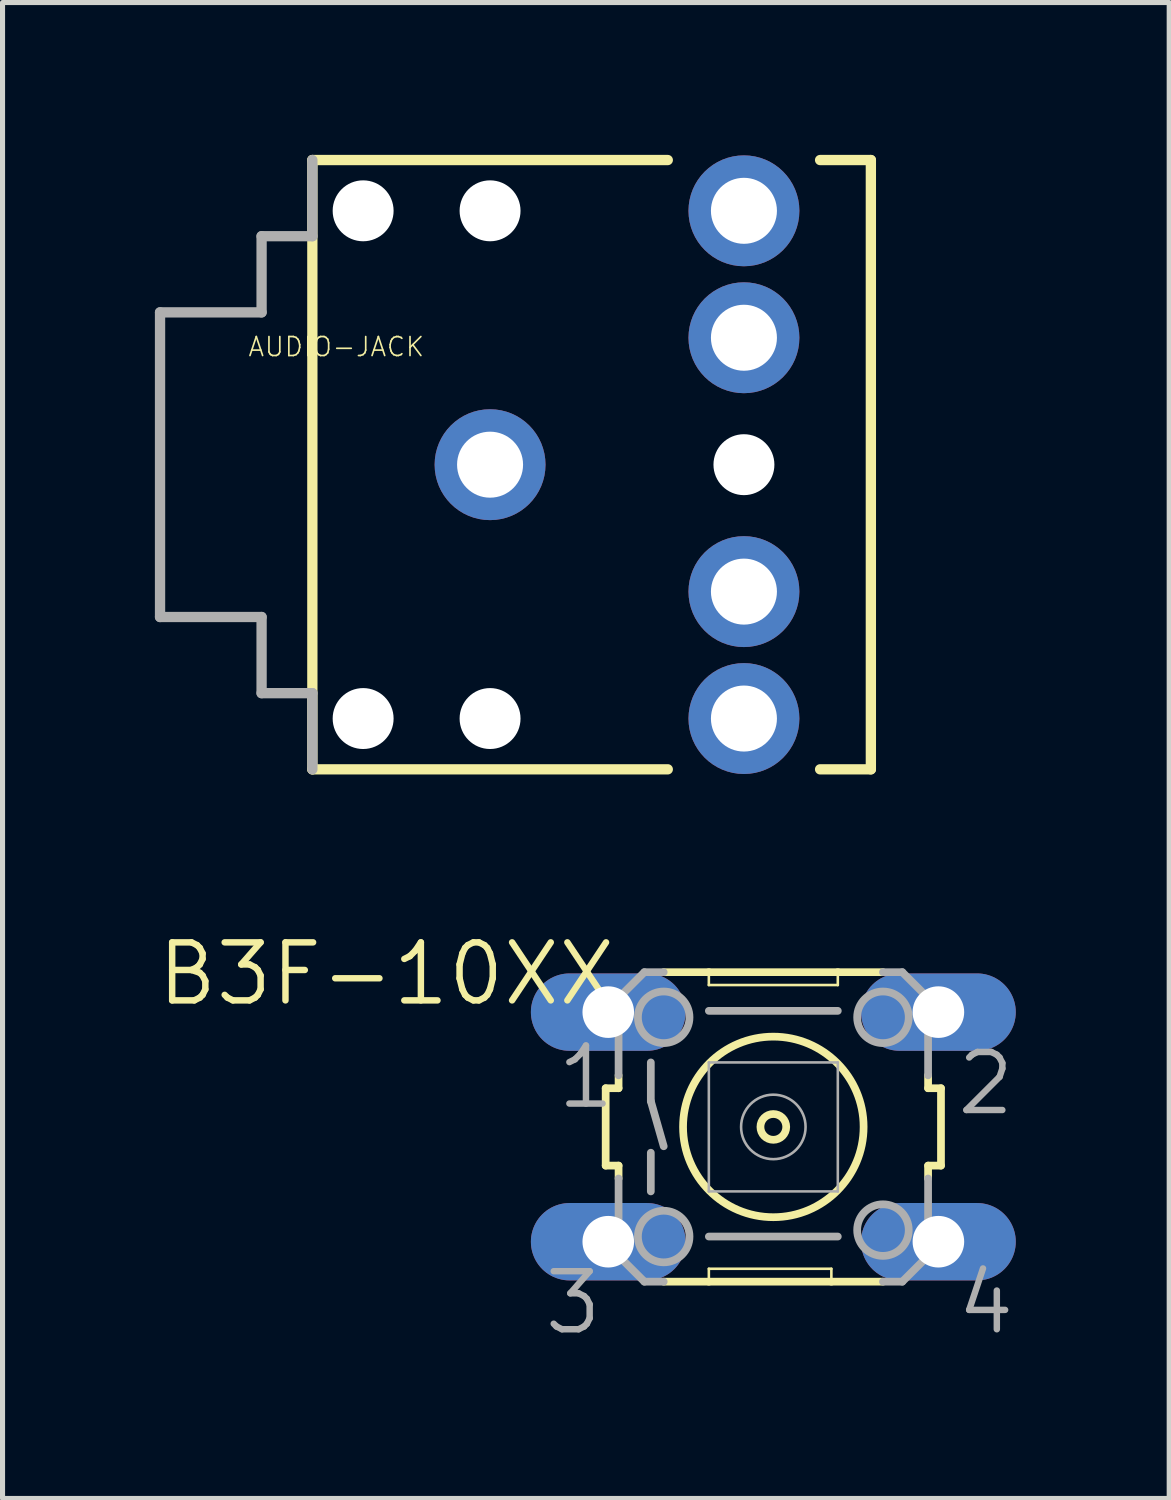
<source format=kicad_pcb>
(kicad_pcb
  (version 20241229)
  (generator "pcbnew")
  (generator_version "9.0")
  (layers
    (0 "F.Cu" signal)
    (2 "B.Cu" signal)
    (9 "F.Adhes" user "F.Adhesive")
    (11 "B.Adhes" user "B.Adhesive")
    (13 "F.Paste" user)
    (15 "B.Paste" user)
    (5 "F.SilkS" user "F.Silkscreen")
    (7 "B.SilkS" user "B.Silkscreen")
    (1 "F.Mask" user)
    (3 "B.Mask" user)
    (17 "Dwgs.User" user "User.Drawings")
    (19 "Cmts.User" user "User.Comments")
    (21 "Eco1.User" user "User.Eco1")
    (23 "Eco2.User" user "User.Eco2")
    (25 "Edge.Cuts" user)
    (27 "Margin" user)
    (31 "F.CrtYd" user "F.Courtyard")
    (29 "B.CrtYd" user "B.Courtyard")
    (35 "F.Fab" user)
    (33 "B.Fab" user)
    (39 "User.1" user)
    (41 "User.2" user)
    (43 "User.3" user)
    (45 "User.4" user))
  (footprint "AUDIO-JACK"
    (layer "F.Cu")
    (at 6.602 6.102)
    (property "Reference" "AUDIO-JACK" (at -1.27 -2.54 0) (unlocked yes) (layer "F.SilkS") (effects (font (size 0.374 0.374) (thickness 0.033)) (justify right top)))
    (attr exclude_from_pos_files exclude_from_bom dnp)
    (fp_line (start -3.5 -6) (end -3.5 6) (stroke (width 0.203) (type solid)) (layer "F.SilkS"))
    (fp_line (start -3.5 -6) (end 3.5 -6) (stroke (width 0.203) (type solid)) (layer "F.SilkS"))
    (fp_line (start -3.5 6) (end 3.5 6) (stroke (width 0.203) (type solid)) (layer "F.SilkS"))
    (fp_line (start 7.5 -6) (end 6.5 -6) (stroke (width 0.203) (type solid)) (layer "F.SilkS"))
    (fp_line (start 7.5 -6) (end 7.5 6) (stroke (width 0.203) (type solid)) (layer "F.SilkS"))
    (fp_line (start 7.5 6) (end 6.5 6) (stroke (width 0.203) (type solid)) (layer "F.SilkS"))
    (fp_line (start -6.5 -3) (end -6.5 3) (stroke (width 0.203) (type solid)) (layer "F.Fab"))
    (fp_line (start -6.5 -3) (end -4.5 -3) (stroke (width 0.203) (type solid)) (layer "F.Fab"))
    (fp_line (start -6.5 3) (end -4.5 3) (stroke (width 0.203) (type solid)) (layer "F.Fab"))
    (fp_line (start -4.5 -4.5) (end -4.5 -3) (stroke (width 0.203) (type solid)) (layer "F.Fab"))
    (fp_line (start -4.5 -4.5) (end -3.5 -4.5) (stroke (width 0.203) (type solid)) (layer "F.Fab"))
    (fp_line (start -4.5 3) (end -4.5 4.5) (stroke (width 0.203) (type solid)) (layer "F.Fab"))
    (fp_line (start -4.5 4.5) (end -3.5 4.5) (stroke (width 0.203) (type solid)) (layer "F.Fab"))
    (fp_line (start -3.5 -6) (end -3.5 -4.5) (stroke (width 0.203) (type solid)) (layer "F.Fab"))
    (fp_line (start -3.5 4.5) (end -3.5 6) (stroke (width 0.203) (type solid)) (layer "F.Fab"))
    (pad "" np_thru_hole circle (at -2.5 -5) (size 1.2 1.2) (drill 1.2) (layers "*.Cu" "*.Mask"))
    (pad "" np_thru_hole circle (at -2.5 5) (size 1.2 1.2) (drill 1.2) (layers "*.Cu" "*.Mask"))
    (pad "" np_thru_hole circle (at 0 -5) (size 1.2 1.2) (drill 1.2) (layers "*.Cu" "*.Mask"))
    (pad "" np_thru_hole circle (at 0 5) (size 1.2 1.2) (drill 1.2) (layers "*.Cu" "*.Mask"))
    (pad "" np_thru_hole circle (at 5 0) (size 1.2 1.2) (drill 1.2) (layers "*.Cu" "*.Mask"))
    (pad "RING" thru_hole circle (at 5 -5) (size 2.184 2.184) (drill 1.3) (layers "*.Cu" "*.Mask"))
    (pad "RSH" thru_hole circle (at 5 -2.5) (size 2.184 2.184) (drill 1.3) (layers "*.Cu" "*.Mask"))
    (pad "SLEEVE" thru_hole circle (at 0 0) (size 2.184 2.184) (drill 1.3) (layers "*.Cu" "*.Mask"))
    (pad "TIP" thru_hole circle (at 5 5) (size 2.184 2.184) (drill 1.3) (layers "*.Cu" "*.Mask"))
    (pad "TSH" thru_hole circle (at 5 2.5) (size 2.184 2.184) (drill 1.3) (layers "*.Cu" "*.Mask")))
  (footprint "B3F-10XX"
    (layer "F.Cu")
    (at 12.181 19.145)
    (property "Reference" "B3F-10XX" (at -3.048 -3.683 0) (unlocked yes) (layer "F.SilkS") (effects (font (size 1.143 1.143) (thickness 0.127)) (justify right top)))
    (attr exclude_from_pos_files exclude_from_bom dnp)
    (fp_line (start -3.302 -0.762) (end -3.302 0.762) (stroke (width 0.152) (type solid)) (layer "F.SilkS"))
    (fp_line (start -3.302 -0.762) (end -3.048 -0.762) (stroke (width 0.152) (type solid)) (layer "F.SilkS"))
    (fp_line (start -3.048 -0.762) (end -3.048 -1.016) (stroke (width 0.152) (type solid)) (layer "F.SilkS"))
    (fp_line (start -3.048 0.762) (end -3.302 0.762) (stroke (width 0.152) (type solid)) (layer "F.SilkS"))
    (fp_line (start -3.048 0.762) (end -3.048 1.016) (stroke (width 0.152) (type solid)) (layer "F.SilkS"))
    (fp_line (start -2.159 3.048) (end -1.27 3.048) (stroke (width 0.152) (type solid)) (layer "F.SilkS"))
    (fp_line (start -1.27 -3.048) (end -2.159 -3.048) (stroke (width 0.152) (type solid)) (layer "F.SilkS"))
    (fp_line (start -1.27 -3.048) (end -1.27 -2.794) (stroke (width 0.051) (type solid)) (layer "F.SilkS"))
    (fp_line (start -1.27 2.794) (end -1.27 3.048) (stroke (width 0.051) (type solid)) (layer "F.SilkS"))
    (fp_line (start -1.27 3.048) (end 1.143 3.048) (stroke (width 0.152) (type solid)) (layer "F.SilkS"))
    (fp_line (start 1.143 2.794) (end -1.27 2.794) (stroke (width 0.051) (type solid)) (layer "F.SilkS"))
    (fp_line (start 1.143 2.794) (end 1.143 3.048) (stroke (width 0.051) (type solid)) (layer "F.SilkS"))
    (fp_line (start 1.143 3.048) (end 2.159 3.048) (stroke (width 0.152) (type solid)) (layer "F.SilkS"))
    (fp_line (start 1.27 -3.048) (end -1.27 -3.048) (stroke (width 0.152) (type solid)) (layer "F.SilkS"))
    (fp_line (start 1.27 -2.794) (end -1.27 -2.794) (stroke (width 0.051) (type solid)) (layer "F.SilkS"))
    (fp_line (start 1.27 -2.794) (end 1.27 -3.048) (stroke (width 0.051) (type solid)) (layer "F.SilkS"))
    (fp_line (start 2.159 -3.048) (end 1.27 -3.048) (stroke (width 0.152) (type solid)) (layer "F.SilkS"))
    (fp_line (start 3.048 -0.762) (end 3.048 -1.016) (stroke (width 0.152) (type solid)) (layer "F.SilkS"))
    (fp_line (start 3.048 -0.762) (end 3.302 -0.762) (stroke (width 0.152) (type solid)) (layer "F.SilkS"))
    (fp_line (start 3.048 0.762) (end 3.048 1.016) (stroke (width 0.152) (type solid)) (layer "F.SilkS"))
    (fp_line (start 3.302 0.762) (end 3.048 0.762) (stroke (width 0.152) (type solid)) (layer "F.SilkS"))
    (fp_line (start 3.302 0.762) (end 3.302 -0.762) (stroke (width 0.152) (type solid)) (layer "F.SilkS"))
    (fp_circle (center 0 0) (end 0.254 0) (stroke (width 0.152) (type solid)) (fill no) (layer "F.SilkS"))
    (fp_circle (center 0 0) (end 1.778 0) (stroke (width 0.152) (type solid)) (fill no) (layer "F.SilkS"))
    (fp_line (start -3.048 -2.54) (end -3.048 -1.016) (stroke (width 0.152) (type solid)) (layer "F.Fab"))
    (fp_line (start -3.048 2.54) (end -3.048 1.016) (stroke (width 0.152) (type solid)) (layer "F.Fab"))
    (fp_line (start -2.54 -3.048) (end -3.048 -2.54) (stroke (width 0.152) (type solid)) (layer "F.Fab"))
    (fp_line (start -2.54 -3.048) (end -2.159 -3.048) (stroke (width 0.152) (type solid)) (layer "F.Fab"))
    (fp_line (start -2.54 3.048) (end -3.048 2.54) (stroke (width 0.152) (type solid)) (layer "F.Fab"))
    (fp_line (start -2.54 3.048) (end -2.159 3.048) (stroke (width 0.152) (type solid)) (layer "F.Fab"))
    (fp_line (start -2.413 -1.27) (end -2.413 -0.508) (stroke (width 0.152) (type solid)) (layer "F.Fab"))
    (fp_line (start -2.413 -0.508) (end -2.159 0.381) (stroke (width 0.152) (type solid)) (layer "F.Fab"))
    (fp_line (start -2.413 0.508) (end -2.413 1.27) (stroke (width 0.152) (type solid)) (layer "F.Fab"))
    (fp_line (start -1.27 -1.27) (end -1.27 1.27) (stroke (width 0.051) (type solid)) (layer "F.Fab"))
    (fp_line (start -1.27 -1.27) (end 1.27 -1.27) (stroke (width 0.051) (type solid)) (layer "F.Fab"))
    (fp_line (start -1.27 2.159) (end 1.27 2.159) (stroke (width 0.152) (type solid)) (layer "F.Fab"))
    (fp_line (start 1.27 -2.286) (end -1.27 -2.286) (stroke (width 0.152) (type solid)) (layer "F.Fab"))
    (fp_line (start 1.27 1.27) (end -1.27 1.27) (stroke (width 0.051) (type solid)) (layer "F.Fab"))
    (fp_line (start 1.27 1.27) (end 1.27 -1.27) (stroke (width 0.051) (type solid)) (layer "F.Fab"))
    (fp_line (start 2.54 -3.048) (end 2.159 -3.048) (stroke (width 0.152) (type solid)) (layer "F.Fab"))
    (fp_line (start 2.54 3.048) (end 2.159 3.048) (stroke (width 0.152) (type solid)) (layer "F.Fab"))
    (fp_line (start 2.54 3.048) (end 3.048 2.54) (stroke (width 0.152) (type solid)) (layer "F.Fab"))
    (fp_line (start 3.048 -2.54) (end 2.54 -3.048) (stroke (width 0.152) (type solid)) (layer "F.Fab"))
    (fp_line (start 3.048 -1.016) (end 3.048 -2.54) (stroke (width 0.152) (type solid)) (layer "F.Fab"))
    (fp_line (start 3.048 2.54) (end 3.048 1.016) (stroke (width 0.152) (type solid)) (layer "F.Fab"))
    (fp_circle (center -2.159 -2.159) (end -1.651 -2.159) (stroke (width 0.152) (type solid)) (fill no) (layer "F.Fab"))
    (fp_circle (center -2.159 2.159) (end -1.651 2.159) (stroke (width 0.152) (type solid)) (fill no) (layer "F.Fab"))
    (fp_circle (center 0 0) (end 0.635 0) (stroke (width 0.051) (type solid)) (fill no) (layer "F.Fab"))
    (fp_circle (center 2.159 -2.159) (end 2.667 -2.159) (stroke (width 0.152) (type solid)) (fill no) (layer "F.Fab"))
    (fp_circle (center 2.159 2.032) (end 2.667 2.032) (stroke (width 0.152) (type solid)) (fill no) (layer "F.Fab"))
    (fp_text user "3" (at -4.572 2.794 0) (layer "F.Fab") (effects (font (size 1.143 1.143) (thickness 0.127)) (justify left top)))
    (fp_text user "2" (at 3.556 -1.524 0) (layer "F.Fab") (effects (font (size 1.143 1.143) (thickness 0.127)) (justify left top)))
    (fp_text user "4" (at 3.556 2.794 0) (layer "F.Fab") (effects (font (size 1.143 1.143) (thickness 0.127)) (justify left top)))
    (fp_text user "1" (at -4.318 -1.651 0) (layer "F.Fab") (effects (font (size 1.143 1.143) (thickness 0.127)) (justify left top)))
    (pad "1" thru_hole oval (at -3.251 -2.261) (size 3.048 1.524) (drill 1.016) (layers "*.Cu" "*.Mask"))
    (pad "2" thru_hole oval (at 3.251 -2.261) (size 3.048 1.524) (drill 1.016) (layers "*.Cu" "*.Mask"))
    (pad "3" thru_hole oval (at -3.251 2.261) (size 3.048 1.524) (drill 1.016) (layers "*.Cu" "*.Mask"))
    (pad "4" thru_hole oval (at 3.251 2.261) (size 3.048 1.524) (drill 1.016) (layers "*.Cu" "*.Mask")))
  (gr_rect
    (start -3 -3)
    (end 19.978 26.463)
    (stroke (width 0.1) (type default))
    (fill no)
    (layer "Edge.Cuts")))
</source>
